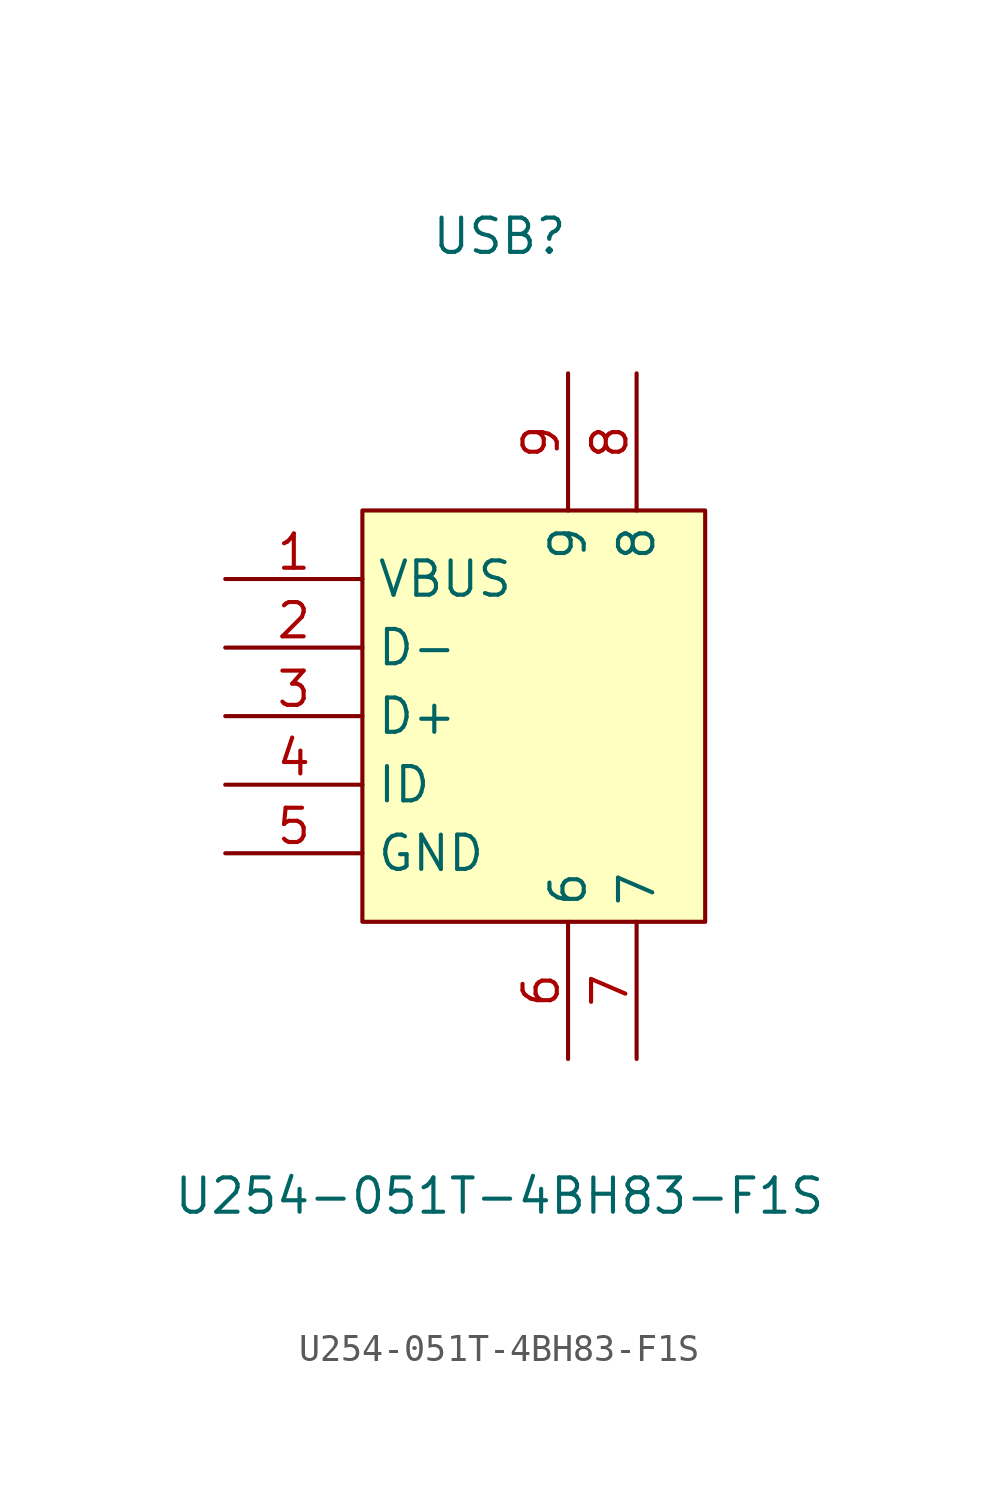
<source format=kicad_sym>
(kicad_symbol_lib
  (version 20211014)
  (generator https://github.com/uPesy/easyeda2kicad.py)
  (symbol "U254-051T-4BH83-F1S"
    (property "Reference" "USB"
      (at 0 17.78 0)
      (effects (font (size 1.27 1.27))))
    (property "Value" "U254-051T-4BH83-F1S"
      (at 0 -17.78 0)
      (effects (font (size 1.27 1.27))))
    (symbol "U254-051T-4BH83-F1S_0_1"
      (rectangle (start -5.08 7.62) (end 7.62 -7.62) (stroke (width 0) (type default) (color 0 0 0 0)) (fill (type background)))
      (pin unspecified line (at -10.16 -5.08 0) (length 5.08) (name "GND" (effects (font (size 1.27 1.27)))) (number "5" (effects (font (size 1.27 1.27)))))
      (pin unspecified line (at -10.16 -2.54 0) (length 5.08) (name "ID" (effects (font (size 1.27 1.27)))) (number "4" (effects (font (size 1.27 1.27)))))
      (pin unspecified line (at -10.16 -0.00 0) (length 5.08) (name "D+" (effects (font (size 1.27 1.27)))) (number "3" (effects (font (size 1.27 1.27)))))
      (pin unspecified line (at -10.16 2.54 0) (length 5.08) (name "D-" (effects (font (size 1.27 1.27)))) (number "2" (effects (font (size 1.27 1.27)))))
      (pin unspecified line (at -10.16 5.08 0) (length 5.08) (name "VBUS" (effects (font (size 1.27 1.27)))) (number "1" (effects (font (size 1.27 1.27)))))
      (pin unspecified line (at 2.54 -12.70 90) (length 5.08) (name "6" (effects (font (size 1.27 1.27)))) (number "6" (effects (font (size 1.27 1.27)))))
      (pin unspecified line (at 5.08 -12.70 90) (length 5.08) (name "7" (effects (font (size 1.27 1.27)))) (number "7" (effects (font (size 1.27 1.27)))))
      (pin unspecified line (at 5.08 12.70 270) (length 5.08) (name "8" (effects (font (size 1.27 1.27)))) (number "8" (effects (font (size 1.27 1.27)))))
      (pin unspecified line (at 2.54 12.70 270) (length 5.08) (name "9" (effects (font (size 1.27 1.27)))) (number "9" (effects (font (size 1.27 1.27))))))))
</source>
